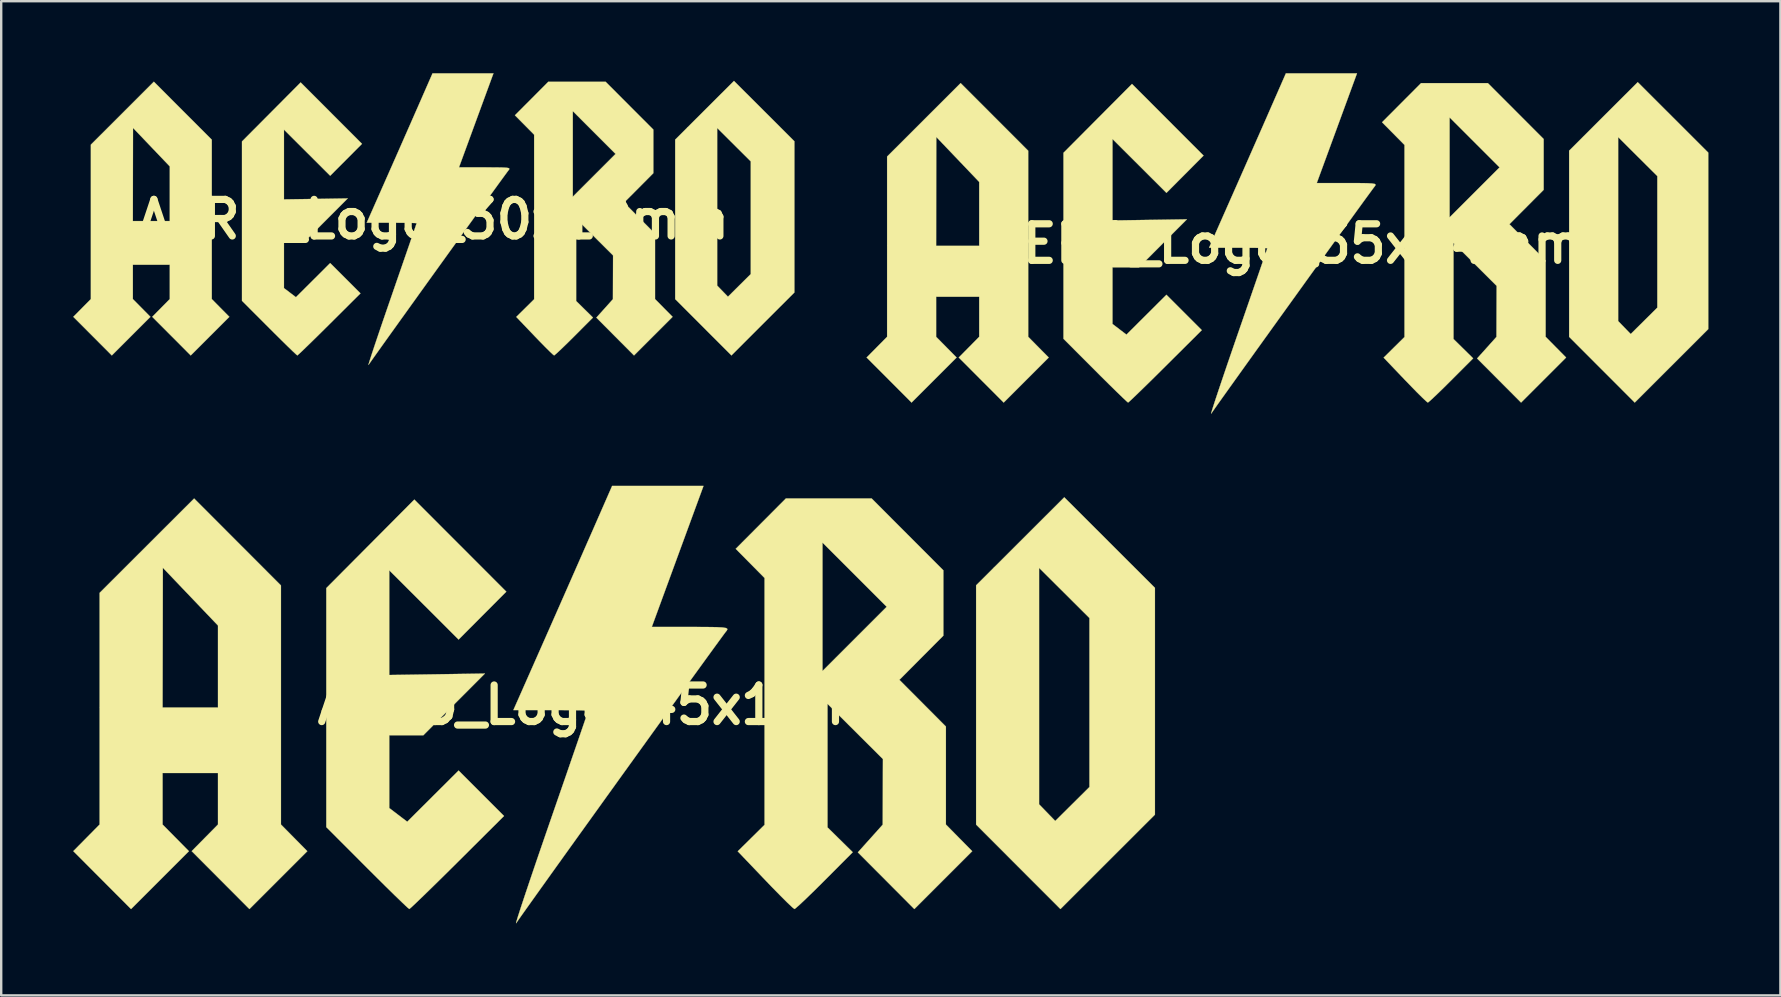
<source format=kicad_pcb>
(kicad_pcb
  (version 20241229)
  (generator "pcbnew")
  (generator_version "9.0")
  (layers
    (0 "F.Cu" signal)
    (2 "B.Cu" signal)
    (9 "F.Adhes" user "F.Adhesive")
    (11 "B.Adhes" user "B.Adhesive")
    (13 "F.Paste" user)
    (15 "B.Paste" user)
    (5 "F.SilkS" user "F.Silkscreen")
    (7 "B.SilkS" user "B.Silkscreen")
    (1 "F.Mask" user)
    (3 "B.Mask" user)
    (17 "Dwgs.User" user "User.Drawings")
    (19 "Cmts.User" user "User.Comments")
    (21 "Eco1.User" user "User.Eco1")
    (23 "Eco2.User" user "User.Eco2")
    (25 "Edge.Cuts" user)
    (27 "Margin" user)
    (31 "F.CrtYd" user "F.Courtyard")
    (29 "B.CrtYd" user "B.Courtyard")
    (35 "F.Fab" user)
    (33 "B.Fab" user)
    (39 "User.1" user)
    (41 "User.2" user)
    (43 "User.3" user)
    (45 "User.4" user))
  (footprint "AERO_Logo_45x18mm"
    (layer "F.Cu")
    (at 22.513 26.33)
    (property "Reference" "AERO_Logo_45x18mm" (at 0 0 0) (layer "F.SilkS") (effects (font (size 1.524 1.524) (thickness 0.3))))
    (attr through_hole)
    (fp_poly (pts (xy 20.677 -6.77) (xy 22.566 -4.883) (xy 22.566 4.568) (xy 20.597 6.535) (xy 18.628 8.502) (xy 16.871 6.743) (xy 15.114 4.983) (xy 15.114 4.136) (xy 17.738 4.136) (xy 18.412 4.831) (xy 19.837 3.417) (xy 19.837 -3.625) (xy 18.788 -4.671) (xy 17.738 -5.716) (xy 17.738 4.136) (xy 15.114 4.136) (xy 15.114 -4.988) (xy 16.951 -6.822) (xy 18.788 -8.657) (xy 20.677 -6.77)) (stroke (width 0.01) (type solid)) (fill yes) (layer "F.SilkS"))
    (fp_poly (pts (xy -4.464 -4.724) (xy -6.452 -2.728) (xy -7.896 -4.17) (xy -9.341 -5.612) (xy -9.341 -1.251) (xy -7.348 -1.281) (xy -5.355 -1.312) (xy -7.921 1.26) (xy -9.341 1.26) (xy -9.341 4.293) (xy -8.967 4.578) (xy -8.593 4.863) (xy -6.452 2.73) (xy -4.559 4.624) (xy -6.507 6.563) (xy -7.031 7.082) (xy -7.505 7.548) (xy -7.91 7.943) (xy -8.225 8.246) (xy -8.431 8.439) (xy -8.506 8.502) (xy -8.592 8.431) (xy -8.803 8.231) (xy -9.12 7.925) (xy -9.52 7.532) (xy -9.982 7.073) (xy -10.261 6.795) (xy -11.965 5.088) (xy -11.965 -4.873) (xy -10.131 -6.717) (xy -8.297 -8.562) (xy -4.464 -4.724)) (stroke (width 0.01) (type solid)) (fill yes) (layer "F.SilkS"))
    (fp_poly (pts (xy -15.664 -6.795) (xy -13.855 -4.983) (xy -13.855 4.979) (xy -13.306 5.535) (xy -12.757 6.091) (xy -13.963 7.297) (xy -15.169 8.503) (xy -16.372 7.296) (xy -17.575 6.089) (xy -17.027 5.534) (xy -16.479 4.979) (xy -16.479 2.834) (xy -18.788 2.834) (xy -18.788 4.979) (xy -18.239 5.535) (xy -17.69 6.091) (xy -18.896 7.297) (xy -20.102 8.503) (xy -21.305 7.296) (xy -22.508 6.089) (xy -21.96 5.534) (xy -21.412 4.979) (xy -21.412 0.105) (xy -18.788 0.105) (xy -16.479 0.105) (xy -16.479 -3.312) (xy -18.777 -5.72) (xy -18.782 -2.808) (xy -18.788 0.105) (xy -21.412 0.105) (xy -21.412 -4.673) (xy -19.443 -6.64) (xy -17.473 -8.607) (xy -15.664 -6.795)) (stroke (width 0.01) (type solid)) (fill yes) (layer "F.SilkS"))
    (fp_poly (pts (xy 12.255 -7.11) (xy 13.75 -5.613) (xy 13.75 -2.891) (xy 12.833 -1.97) (xy 11.917 -1.049) (xy 12.886 -0.077) (xy 13.855 0.896) (xy 13.855 4.979) (xy 14.403 5.535) (xy 14.952 6.091) (xy 12.54 8.503) (xy 11.363 7.321) (xy 10.186 6.14) (xy 10.704 5.563) (xy 11.221 4.986) (xy 11.231 2.253) (xy 10.076 1.102) (xy 8.921 -0.049) (xy 8.921 5.098) (xy 9.973 6.134) (xy 8.793 7.318) (xy 8.389 7.72) (xy 8.035 8.063) (xy 7.759 8.323) (xy 7.588 8.474) (xy 7.545 8.502) (xy 7.453 8.43) (xy 7.243 8.231) (xy 6.942 7.93) (xy 6.574 7.555) (xy 6.329 7.299) (xy 5.18 6.096) (xy 5.739 5.545) (xy 6.298 4.993) (xy 6.298 -1.418) (xy 8.712 -1.418) (xy 11.387 -4.093) (xy 8.712 -6.769) (xy 8.712 -1.418) (xy 6.298 -1.418) (xy 6.298 -5.294) (xy 5.697 -5.902) (xy 5.096 -6.509) (xy 7.186 -8.607) (xy 10.761 -8.607) (xy 12.255 -7.11)) (stroke (width 0.01) (type solid)) (fill yes) (layer "F.SilkS"))
    (fp_poly (pts (xy 2.676 -6.193) (xy 1.599 -3.254) (xy 3.23 -3.254) (xy 3.845 -3.252) (xy 4.277 -3.246) (xy 4.555 -3.232) (xy 4.704 -3.206) (xy 4.752 -3.165) (xy 4.727 -3.106) (xy 4.697 -3.07) (xy 4.613 -2.96) (xy 4.419 -2.695) (xy 4.127 -2.294) (xy 3.749 -1.773) (xy 3.297 -1.149) (xy 2.784 -0.439) (xy 2.222 0.34) (xy 1.622 1.172) (xy 0.997 2.04) (xy 0.359 2.926) (xy -0.279 3.813) (xy -0.906 4.686) (xy -1.51 5.526) (xy -2.078 6.318) (xy -2.598 7.044) (xy -3.058 7.687) (xy -3.445 8.23) (xy -3.749 8.657) (xy -3.956 8.95) (xy -4.055 9.093) (xy -4.057 9.097) (xy -4.048 9.041) (xy -3.977 8.806) (xy -3.849 8.409) (xy -3.67 7.87) (xy -3.447 7.207) (xy -3.186 6.439) (xy -2.892 5.584) (xy -2.613 4.776) (xy -2.293 3.851) (xy -1.994 2.988) (xy -1.725 2.207) (xy -1.491 1.529) (xy -1.3 0.974) (xy -1.158 0.56) (xy -1.073 0.309) (xy -1.05 0.237) (xy -1.148 0.228) (xy -1.421 0.219) (xy -1.83 0.214) (xy -2.34 0.21) (xy -2.609 0.21) (xy -4.169 0.21) (xy -2.997 -2.44) (xy -2.626 -3.279) (xy -2.226 -4.186) (xy -1.822 -5.103) (xy -1.438 -5.975) (xy -1.101 -6.744) (xy -0.939 -7.111) (xy -0.054 -9.131) (xy 3.754 -9.131) (xy 2.676 -6.193)) (stroke (width 0.01) (type solid)) (fill yes) (layer "F.SilkS")))
  (footprint "AERO_Logo_35x14mm"
    (layer "F.Cu")
    (at 50.579 7.11)
    (property "Reference" "AERO_Logo_35x14mm" (at 0 0 0) (layer "F.SilkS") (effects (font (size 1.524 1.524) (thickness 0.3))))
    (attr through_hole)
    (fp_poly (pts (xy 16.089 -5.268) (xy 17.559 -3.799) (xy 17.559 3.554) (xy 14.495 6.616) (xy 13.128 5.247) (xy 11.761 3.878) (xy 11.761 3.218) (xy 13.803 3.218) (xy 14.065 3.489) (xy 14.327 3.759) (xy 15.436 2.659) (xy 15.436 -2.821) (xy 14.619 -3.634) (xy 13.803 -4.448) (xy 13.803 3.218) (xy 11.761 3.218) (xy 11.761 -3.881) (xy 13.19 -5.309) (xy 14.619 -6.736) (xy 16.089 -5.268)) (stroke (width 0.01) (type solid)) (fill yes) (layer "F.SilkS"))
    (fp_poly (pts (xy -12.189 -5.287) (xy -10.781 -3.878) (xy -10.781 3.874) (xy -10.354 4.307) (xy -9.926 4.739) (xy -11.803 6.616) (xy -12.74 5.677) (xy -13.676 4.738) (xy -13.249 4.306) (xy -12.823 3.874) (xy -12.823 2.205) (xy -14.619 2.205) (xy -14.619 3.874) (xy -13.765 4.739) (xy -15.642 6.616) (xy -16.578 5.677) (xy -17.515 4.738) (xy -17.088 4.306) (xy -16.661 3.874) (xy -16.661 0.082) (xy -14.619 0.082) (xy -12.823 0.082) (xy -12.823 -2.577) (xy -14.611 -4.451) (xy -14.615 -2.185) (xy -14.619 0.082) (xy -16.661 0.082) (xy -16.661 -3.636) (xy -13.597 -6.697) (xy -12.189 -5.287)) (stroke (width 0.01) (type solid)) (fill yes) (layer "F.SilkS"))
    (fp_poly (pts (xy -3.474 -3.676) (xy -4.247 -2.899) (xy -5.02 -2.123) (xy -6.144 -3.245) (xy -7.269 -4.367) (xy -7.269 -0.973) (xy -5.718 -0.997) (xy -4.167 -1.021) (xy -5.166 -0.02) (xy -6.164 0.98) (xy -7.269 0.98) (xy -7.269 3.34) (xy -6.978 3.562) (xy -6.687 3.784) (xy -5.021 2.124) (xy -3.547 3.598) (xy -5.064 5.107) (xy -5.471 5.511) (xy -5.84 5.874) (xy -6.155 6.181) (xy -6.4 6.417) (xy -6.56 6.567) (xy -6.619 6.615) (xy -6.685 6.56) (xy -6.85 6.405) (xy -7.096 6.167) (xy -7.408 5.861) (xy -7.768 5.504) (xy -7.984 5.287) (xy -9.311 3.959) (xy -9.311 -3.792) (xy -7.884 -5.227) (xy -6.456 -6.662) (xy -3.474 -3.676)) (stroke (width 0.01) (type solid)) (fill yes) (layer "F.SilkS"))
    (fp_poly (pts (xy 10.699 -4.367) (xy 10.699 -2.249) (xy 9.273 -0.817) (xy 10.027 -0.06) (xy 10.781 0.697) (xy 10.781 3.874) (xy 11.635 4.739) (xy 9.758 6.616) (xy 8.842 5.697) (xy 7.926 4.778) (xy 8.329 4.329) (xy 8.732 3.879) (xy 8.739 1.753) (xy 7.841 0.858) (xy 6.942 -0.038) (xy 6.942 3.967) (xy 7.761 4.773) (xy 6.842 5.694) (xy 6.527 6.007) (xy 6.252 6.274) (xy 6.038 6.476) (xy 5.904 6.594) (xy 5.871 6.615) (xy 5.8 6.559) (xy 5.636 6.404) (xy 5.401 6.171) (xy 5.116 5.878) (xy 4.924 5.68) (xy 4.031 4.744) (xy 4.465 4.314) (xy 4.9 3.885) (xy 4.9 -1.103) (xy 6.779 -1.103) (xy 8.861 -3.185) (xy 6.779 -5.267) (xy 6.779 -1.103) (xy 4.9 -1.103) (xy 4.9 -4.12) (xy 3.965 -5.065) (xy 4.778 -5.881) (xy 5.591 -6.697) (xy 8.373 -6.697) (xy 10.699 -4.367)) (stroke (width 0.01) (type solid)) (fill yes) (layer "F.SilkS"))
    (fp_poly (pts (xy 2.083 -4.819) (xy 1.244 -2.532) (xy 2.513 -2.532) (xy 2.992 -2.531) (xy 3.328 -2.526) (xy 3.544 -2.515) (xy 3.66 -2.495) (xy 3.698 -2.463) (xy 3.678 -2.417) (xy 3.655 -2.389) (xy 3.59 -2.303) (xy 3.439 -2.097) (xy 3.211 -1.785) (xy 2.917 -1.38) (xy 2.566 -0.894) (xy 2.166 -0.342) (xy 1.729 0.265) (xy 1.262 0.912) (xy 0.776 1.587) (xy 0.28 2.277) (xy -0.217 2.967) (xy -0.705 3.646) (xy -1.175 4.3) (xy -1.617 4.916) (xy -2.021 5.481) (xy -2.379 5.981) (xy -2.681 6.404) (xy -2.917 6.736) (xy -3.078 6.965) (xy -3.155 7.076) (xy -3.157 7.079) (xy -3.15 7.035) (xy -3.095 6.852) (xy -2.995 6.543) (xy -2.856 6.124) (xy -2.682 5.608) (xy -2.479 5.01) (xy -2.251 4.345) (xy -2.034 3.717) (xy -1.784 2.996) (xy -1.552 2.325) (xy -1.342 1.718) (xy -1.16 1.19) (xy -1.011 0.758) (xy -0.901 0.436) (xy -0.835 0.24) (xy -0.817 0.184) (xy -0.894 0.177) (xy -1.106 0.171) (xy -1.424 0.166) (xy -1.821 0.164) (xy -2.03 0.163) (xy -3.244 0.163) (xy -2.332 -1.899) (xy -2.044 -2.551) (xy -1.732 -3.257) (xy -1.418 -3.971) (xy -1.119 -4.649) (xy -0.856 -5.247) (xy -0.731 -5.533) (xy -0.042 -7.105) (xy 2.921 -7.105) (xy 2.083 -4.819)) (stroke (width 0.01) (type solid)) (fill yes) (layer "F.SilkS")))
  (footprint "AERO_Logo_30x12mm"
    (layer "F.Cu")
    (at 15.011 6.093)
    (property "Reference" "AERO_Logo_30x12mm" (at 0 0 0) (layer "F.SilkS") (effects (font (size 1.524 1.524) (thickness 0.3))))
    (attr through_hole)
    (fp_poly (pts (xy 13.785 -4.513) (xy 15.044 -3.255) (xy 15.044 3.045) (xy 12.419 5.668) (xy 10.076 3.322) (xy 10.076 2.757) (xy 11.825 2.757) (xy 12.275 3.221) (xy 12.75 2.749) (xy 13.225 2.278) (xy 13.225 -2.417) (xy 12.525 -3.114) (xy 11.825 -3.811) (xy 11.825 2.757) (xy 10.076 2.757) (xy 10.076 -3.325) (xy 11.301 -4.548) (xy 12.525 -5.771) (xy 13.785 -4.513)) (stroke (width 0.01) (type solid)) (fill yes) (layer "F.SilkS"))
    (fp_poly (pts (xy -10.443 -4.53) (xy -9.236 -3.322) (xy -9.236 3.319) (xy -8.87 3.69) (xy -8.504 4.06) (xy -10.113 5.669) (xy -10.915 4.864) (xy -11.717 4.06) (xy -11.351 3.689) (xy -10.986 3.319) (xy -10.986 1.889) (xy -12.525 1.889) (xy -12.525 3.319) (xy -11.793 4.06) (xy -13.401 5.669) (xy -14.203 4.864) (xy -15.006 4.06) (xy -14.64 3.689) (xy -14.274 3.319) (xy -14.274 0.07) (xy -12.525 0.07) (xy -10.986 0.07) (xy -10.986 -2.208) (xy -11.752 -3.011) (xy -12.518 -3.813) (xy -12.522 -1.872) (xy -12.525 0.07) (xy -14.274 0.07) (xy -14.274 -3.115) (xy -11.649 -5.738) (xy -10.443 -4.53)) (stroke (width 0.01) (type solid)) (fill yes) (layer "F.SilkS"))
    (fp_poly (pts (xy -4.254 -4.429) (xy -2.976 -3.149) (xy -3.638 -2.484) (xy -4.301 -1.819) (xy -5.264 -2.78) (xy -6.228 -3.742) (xy -6.228 -0.834) (xy -4.899 -0.854) (xy -3.57 -0.875) (xy -4.426 -0.017) (xy -5.281 0.84) (xy -6.228 0.84) (xy -6.228 2.862) (xy -5.978 3.052) (xy -5.729 3.242) (xy -5.015 2.531) (xy -4.302 1.82) (xy -3.67 2.451) (xy -3.039 3.082) (xy -4.338 4.375) (xy -4.687 4.721) (xy -5.003 5.032) (xy -5.273 5.295) (xy -5.483 5.498) (xy -5.621 5.626) (xy -5.671 5.668) (xy -5.728 5.62) (xy -5.869 5.488) (xy -6.08 5.283) (xy -6.347 5.021) (xy -6.655 4.715) (xy -6.841 4.53) (xy -7.977 3.392) (xy -7.977 -3.249) (xy -6.754 -4.478) (xy -5.532 -5.708) (xy -4.254 -4.429)) (stroke (width 0.01) (type solid)) (fill yes) (layer "F.SilkS"))
    (fp_poly (pts (xy 9.166 -3.742) (xy 9.166 -1.927) (xy 8.556 -1.313) (xy 7.945 -0.7) (xy 9.236 0.597) (xy 9.236 3.319) (xy 9.602 3.69) (xy 9.968 4.06) (xy 8.36 5.669) (xy 7.575 4.881) (xy 6.791 4.093) (xy 7.136 3.709) (xy 7.481 3.324) (xy 7.484 2.413) (xy 7.487 1.502) (xy 6.717 0.735) (xy 5.948 -0.033) (xy 5.948 3.399) (xy 6.298 3.744) (xy 6.649 4.09) (xy 5.862 4.879) (xy 5.592 5.147) (xy 5.357 5.375) (xy 5.173 5.549) (xy 5.058 5.649) (xy 5.03 5.668) (xy 4.969 5.62) (xy 4.829 5.487) (xy 4.628 5.287) (xy 4.383 5.036) (xy 4.219 4.866) (xy 3.453 4.064) (xy 3.826 3.696) (xy 4.198 3.328) (xy 4.198 -0.945) (xy 5.808 -0.945) (xy 6.7 -1.837) (xy 7.591 -2.729) (xy 5.808 -4.513) (xy 5.808 -0.945) (xy 4.198 -0.945) (xy 4.198 -3.53) (xy 3.798 -3.934) (xy 3.397 -4.339) (xy 4.094 -5.038) (xy 4.79 -5.738) (xy 7.174 -5.738) (xy 9.166 -3.742)) (stroke (width 0.01) (type solid)) (fill yes) (layer "F.SilkS"))
    (fp_poly (pts (xy 1.784 -4.128) (xy 1.066 -2.169) (xy 2.153 -2.169) (xy 2.563 -2.168) (xy 2.852 -2.164) (xy 3.036 -2.155) (xy 3.136 -2.138) (xy 3.168 -2.11) (xy 3.151 -2.071) (xy 3.131 -2.047) (xy 3.075 -1.973) (xy 2.946 -1.797) (xy 2.751 -1.53) (xy 2.499 -1.182) (xy 2.198 -0.766) (xy 1.856 -0.293) (xy 1.481 0.227) (xy 1.081 0.782) (xy 0.665 1.36) (xy 0.24 1.95) (xy -0.186 2.542) (xy -0.604 3.124) (xy -1.006 3.684) (xy -1.385 4.212) (xy -1.732 4.696) (xy -2.038 5.124) (xy -2.297 5.487) (xy -2.499 5.771) (xy -2.637 5.967) (xy -2.703 6.062) (xy -2.704 6.065) (xy -2.699 6.027) (xy -2.651 5.87) (xy -2.566 5.606) (xy -2.447 5.247) (xy -2.298 4.805) (xy -2.124 4.293) (xy -1.928 3.723) (xy -1.742 3.184) (xy -1.529 2.567) (xy -1.33 1.992) (xy -1.15 1.472) (xy -0.994 1.02) (xy -0.867 0.649) (xy -0.772 0.373) (xy -0.715 0.206) (xy -0.7 0.158) (xy -0.766 0.152) (xy -0.947 0.146) (xy -1.22 0.142) (xy -1.56 0.14) (xy -1.74 0.14) (xy -2.779 0.14) (xy -1.998 -1.627) (xy -1.751 -2.186) (xy -1.484 -2.79) (xy -1.215 -3.402) (xy -0.959 -3.983) (xy -0.734 -4.496) (xy -0.626 -4.741) (xy -0.036 -6.088) (xy 2.503 -6.088) (xy 1.784 -4.128)) (stroke (width 0.01) (type solid)) (fill yes) (layer "F.SilkS")))
  (gr_rect
    (start -3 -3)
    (end 71.144 38.432)
    (stroke (width 0.1) (type default))
    (fill no)
    (layer "Edge.Cuts")))
</source>
